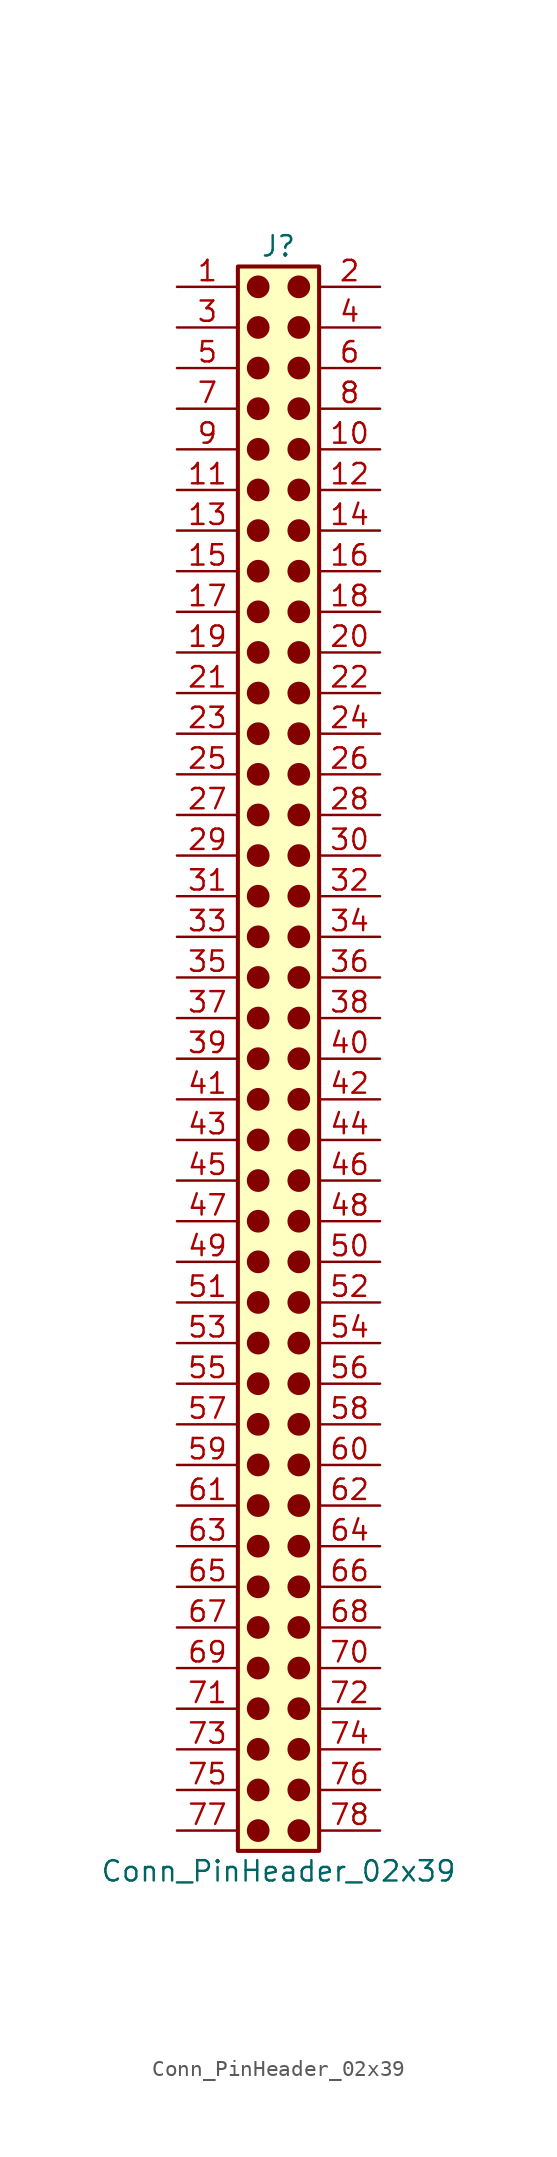
<source format=kicad_sym>
(kicad_symbol_lib
  (version 20241209)
  (generator "kicad_symbol_editor")
  (generator_version "9.0")
  (symbol "Conn_PinHeader_02x39"
    (pin_names
      (offset 1.016)
      (hide yes))
    (property "Reference" "J"
      (at 1.27 50.8 0)
      (effects (font (size 1.27 1.27))))
    (property "Value" "Conn_PinHeader_02x39"
      (at 1.27 -50.8 0)
      (effects (font (size 1.27 1.27))))
    (symbol "Conn_PinHeader_02x39_1_1"
      (rectangle (start -1.27 49.53) (end 3.81 -49.53) (stroke (width 0.254) (type default)) (fill (type background)))
      (circle (center 0 48.26) (radius 0.635) (stroke (width 0) (type solid) (color 132 0 0 1)) (fill (type outline)))
      (circle (center 0 45.72) (radius 0.635) (stroke (width 0) (type solid) (color 132 0 0 1)) (fill (type outline)))
      (circle (center 0 43.18) (radius 0.635) (stroke (width 0) (type solid) (color 132 0 0 1)) (fill (type outline)))
      (circle (center 0 40.64) (radius 0.635) (stroke (width 0) (type solid) (color 132 0 0 1)) (fill (type outline)))
      (circle (center 0 38.1) (radius 0.635) (stroke (width 0) (type solid) (color 132 0 0 1)) (fill (type outline)))
      (circle (center 0 35.56) (radius 0.635) (stroke (width 0) (type solid) (color 132 0 0 1)) (fill (type outline)))
      (circle (center 0 33.02) (radius 0.635) (stroke (width 0) (type solid) (color 132 0 0 1)) (fill (type outline)))
      (circle (center 0 30.48) (radius 0.635) (stroke (width 0) (type solid) (color 132 0 0 1)) (fill (type outline)))
      (circle (center 0 27.94) (radius 0.635) (stroke (width 0) (type solid) (color 132 0 0 1)) (fill (type outline)))
      (circle (center 0 25.4) (radius 0.635) (stroke (width 0) (type solid) (color 132 0 0 1)) (fill (type outline)))
      (circle (center 0 22.86) (radius 0.635) (stroke (width 0) (type solid) (color 132 0 0 1)) (fill (type outline)))
      (circle (center 0 20.32) (radius 0.635) (stroke (width 0) (type solid) (color 132 0 0 1)) (fill (type outline)))
      (circle (center 0 17.78) (radius 0.635) (stroke (width 0) (type solid) (color 132 0 0 1)) (fill (type outline)))
      (circle (center 0 15.24) (radius 0.635) (stroke (width 0) (type solid) (color 132 0 0 1)) (fill (type outline)))
      (circle (center 0 12.7) (radius 0.635) (stroke (width 0) (type solid) (color 132 0 0 1)) (fill (type outline)))
      (circle (center 0 10.16) (radius 0.635) (stroke (width 0) (type solid) (color 132 0 0 1)) (fill (type outline)))
      (circle (center 0 7.62) (radius 0.635) (stroke (width 0) (type solid) (color 132 0 0 1)) (fill (type outline)))
      (circle (center 0 5.08) (radius 0.635) (stroke (width 0) (type solid) (color 132 0 0 1)) (fill (type outline)))
      (circle (center 0 2.54) (radius 0.635) (stroke (width 0) (type solid) (color 132 0 0 1)) (fill (type outline)))
      (circle (center 0 0) (radius 0.635) (stroke (width 0) (type solid) (color 132 0 0 1)) (fill (type outline)))
      (circle (center 0 -2.54) (radius 0.635) (stroke (width 0) (type solid) (color 132 0 0 1)) (fill (type outline)))
      (circle (center 0 -5.08) (radius 0.635) (stroke (width 0) (type solid) (color 132 0 0 1)) (fill (type outline)))
      (circle (center 0 -7.62) (radius 0.635) (stroke (width 0) (type solid) (color 132 0 0 1)) (fill (type outline)))
      (circle (center 0 -10.16) (radius 0.635) (stroke (width 0) (type solid) (color 132 0 0 1)) (fill (type outline)))
      (circle (center 0 -12.7) (radius 0.635) (stroke (width 0) (type solid) (color 132 0 0 1)) (fill (type outline)))
      (circle (center 0 -15.24) (radius 0.635) (stroke (width 0) (type solid) (color 132 0 0 1)) (fill (type outline)))
      (circle (center 0 -17.78) (radius 0.635) (stroke (width 0) (type solid) (color 132 0 0 1)) (fill (type outline)))
      (circle (center 0 -20.32) (radius 0.635) (stroke (width 0) (type solid) (color 132 0 0 1)) (fill (type outline)))
      (circle (center 0 -22.86) (radius 0.635) (stroke (width 0) (type solid) (color 132 0 0 1)) (fill (type outline)))
      (circle (center 0 -25.4) (radius 0.635) (stroke (width 0) (type solid) (color 132 0 0 1)) (fill (type outline)))
      (circle (center 0 -27.94) (radius 0.635) (stroke (width 0) (type solid) (color 132 0 0 1)) (fill (type outline)))
      (circle (center 0 -30.48) (radius 0.635) (stroke (width 0) (type solid) (color 132 0 0 1)) (fill (type outline)))
      (circle (center 0 -33.02) (radius 0.635) (stroke (width 0) (type solid) (color 132 0 0 1)) (fill (type outline)))
      (circle (center 0 -35.56) (radius 0.635) (stroke (width 0) (type solid) (color 132 0 0 1)) (fill (type outline)))
      (circle (center 0 -38.1) (radius 0.635) (stroke (width 0) (type solid) (color 132 0 0 1)) (fill (type outline)))
      (circle (center 0 -40.64) (radius 0.635) (stroke (width 0) (type solid) (color 132 0 0 1)) (fill (type outline)))
      (circle (center 0 -43.18) (radius 0.635) (stroke (width 0) (type solid) (color 132 0 0 1)) (fill (type outline)))
      (circle (center 0 -45.72) (radius 0.635) (stroke (width 0) (type solid) (color 132 0 0 1)) (fill (type outline)))
      (circle (center 0 -48.26) (radius 0.635) (stroke (width 0) (type solid) (color 132 0 0 1)) (fill (type outline)))
      (circle (center 2.54 48.26) (radius 0.635) (stroke (width 0) (type solid) (color 132 0 0 1)) (fill (type outline)))
      (circle (center 2.54 45.72) (radius 0.635) (stroke (width 0) (type solid) (color 132 0 0 1)) (fill (type outline)))
      (circle (center 2.54 43.18) (radius 0.635) (stroke (width 0) (type solid) (color 132 0 0 1)) (fill (type outline)))
      (circle (center 2.54 40.64) (radius 0.635) (stroke (width 0) (type solid) (color 132 0 0 1)) (fill (type outline)))
      (circle (center 2.54 38.1) (radius 0.635) (stroke (width 0) (type solid) (color 132 0 0 1)) (fill (type outline)))
      (circle (center 2.54 35.56) (radius 0.635) (stroke (width 0) (type solid) (color 132 0 0 1)) (fill (type outline)))
      (circle (center 2.54 33.02) (radius 0.635) (stroke (width 0) (type solid) (color 132 0 0 1)) (fill (type outline)))
      (circle (center 2.54 30.48) (radius 0.635) (stroke (width 0) (type solid) (color 132 0 0 1)) (fill (type outline)))
      (circle (center 2.54 27.94) (radius 0.635) (stroke (width 0) (type solid) (color 132 0 0 1)) (fill (type outline)))
      (circle (center 2.54 25.4) (radius 0.635) (stroke (width 0) (type solid) (color 132 0 0 1)) (fill (type outline)))
      (circle (center 2.54 22.86) (radius 0.635) (stroke (width 0) (type solid) (color 132 0 0 1)) (fill (type outline)))
      (circle (center 2.54 20.32) (radius 0.635) (stroke (width 0) (type solid) (color 132 0 0 1)) (fill (type outline)))
      (circle (center 2.54 17.78) (radius 0.635) (stroke (width 0) (type solid) (color 132 0 0 1)) (fill (type outline)))
      (circle (center 2.54 15.24) (radius 0.635) (stroke (width 0) (type solid) (color 132 0 0 1)) (fill (type outline)))
      (circle (center 2.54 12.7) (radius 0.635) (stroke (width 0) (type solid) (color 132 0 0 1)) (fill (type outline)))
      (circle (center 2.54 10.16) (radius 0.635) (stroke (width 0) (type solid) (color 132 0 0 1)) (fill (type outline)))
      (circle (center 2.54 7.62) (radius 0.635) (stroke (width 0) (type solid) (color 132 0 0 1)) (fill (type outline)))
      (circle (center 2.54 5.08) (radius 0.635) (stroke (width 0) (type solid) (color 132 0 0 1)) (fill (type outline)))
      (circle (center 2.54 2.54) (radius 0.635) (stroke (width 0) (type solid) (color 132 0 0 1)) (fill (type outline)))
      (circle (center 2.54 0) (radius 0.635) (stroke (width 0) (type solid) (color 132 0 0 1)) (fill (type outline)))
      (circle (center 2.54 -2.54) (radius 0.635) (stroke (width 0) (type solid) (color 132 0 0 1)) (fill (type outline)))
      (circle (center 2.54 -5.08) (radius 0.635) (stroke (width 0) (type solid) (color 132 0 0 1)) (fill (type outline)))
      (circle (center 2.54 -7.62) (radius 0.635) (stroke (width 0) (type solid) (color 132 0 0 1)) (fill (type outline)))
      (circle (center 2.54 -10.16) (radius 0.635) (stroke (width 0) (type solid) (color 132 0 0 1)) (fill (type outline)))
      (circle (center 2.54 -12.7) (radius 0.635) (stroke (width 0) (type solid) (color 132 0 0 1)) (fill (type outline)))
      (circle (center 2.54 -15.24) (radius 0.635) (stroke (width 0) (type solid) (color 132 0 0 1)) (fill (type outline)))
      (circle (center 2.54 -17.78) (radius 0.635) (stroke (width 0) (type solid) (color 132 0 0 1)) (fill (type outline)))
      (circle (center 2.54 -20.32) (radius 0.635) (stroke (width 0) (type solid) (color 132 0 0 1)) (fill (type outline)))
      (circle (center 2.54 -22.86) (radius 0.635) (stroke (width 0) (type solid) (color 132 0 0 1)) (fill (type outline)))
      (circle (center 2.54 -25.4) (radius 0.635) (stroke (width 0) (type solid) (color 132 0 0 1)) (fill (type outline)))
      (circle (center 2.54 -27.94) (radius 0.635) (stroke (width 0) (type solid) (color 132 0 0 1)) (fill (type outline)))
      (circle (center 2.54 -30.48) (radius 0.635) (stroke (width 0) (type solid) (color 132 0 0 1)) (fill (type outline)))
      (circle (center 2.54 -33.02) (radius 0.635) (stroke (width 0) (type solid) (color 132 0 0 1)) (fill (type outline)))
      (circle (center 2.54 -35.56) (radius 0.635) (stroke (width 0) (type solid) (color 132 0 0 1)) (fill (type outline)))
      (circle (center 2.54 -38.1) (radius 0.635) (stroke (width 0) (type solid) (color 132 0 0 1)) (fill (type outline)))
      (circle (center 2.54 -40.64) (radius 0.635) (stroke (width 0) (type solid) (color 132 0 0 1)) (fill (type outline)))
      (circle (center 2.54 -43.18) (radius 0.635) (stroke (width 0) (type solid) (color 132 0 0 1)) (fill (type outline)))
      (circle (center 2.54 -45.72) (radius 0.635) (stroke (width 0) (type solid) (color 132 0 0 1)) (fill (type outline)))
      (circle (center 2.54 -48.26) (radius 0.635) (stroke (width 0) (type solid) (color 132 0 0 1)) (fill (type outline)))
      (pin passive line (at -5.08 48.26 0) (length 3.81) (name "Pin_1" (effects (font (size 1.27 1.27)))) (number "1" (effects (font (size 1.27 1.27)))))
      (pin passive line (at -5.08 45.72 0) (length 3.81) (name "Pin_3" (effects (font (size 1.27 1.27)))) (number "3" (effects (font (size 1.27 1.27)))))
      (pin passive line (at -5.08 43.18 0) (length 3.81) (name "Pin_5" (effects (font (size 1.27 1.27)))) (number "5" (effects (font (size 1.27 1.27)))))
      (pin passive line (at -5.08 40.64 0) (length 3.81) (name "Pin_7" (effects (font (size 1.27 1.27)))) (number "7" (effects (font (size 1.27 1.27)))))
      (pin passive line (at -5.08 38.1 0) (length 3.81) (name "Pin_9" (effects (font (size 1.27 1.27)))) (number "9" (effects (font (size 1.27 1.27)))))
      (pin passive line (at -5.08 35.56 0) (length 3.81) (name "Pin_11" (effects (font (size 1.27 1.27)))) (number "11" (effects (font (size 1.27 1.27)))))
      (pin passive line (at -5.08 33.02 0) (length 3.81) (name "Pin_13" (effects (font (size 1.27 1.27)))) (number "13" (effects (font (size 1.27 1.27)))))
      (pin passive line (at -5.08 30.48 0) (length 3.81) (name "Pin_15" (effects (font (size 1.27 1.27)))) (number "15" (effects (font (size 1.27 1.27)))))
      (pin passive line (at -5.08 27.94 0) (length 3.81) (name "Pin_17" (effects (font (size 1.27 1.27)))) (number "17" (effects (font (size 1.27 1.27)))))
      (pin passive line (at -5.08 25.4 0) (length 3.81) (name "Pin_19" (effects (font (size 1.27 1.27)))) (number "19" (effects (font (size 1.27 1.27)))))
      (pin passive line (at -5.08 22.86 0) (length 3.81) (name "Pin_21" (effects (font (size 1.27 1.27)))) (number "21" (effects (font (size 1.27 1.27)))))
      (pin passive line (at -5.08 20.32 0) (length 3.81) (name "Pin_23" (effects (font (size 1.27 1.27)))) (number "23" (effects (font (size 1.27 1.27)))))
      (pin passive line (at -5.08 17.78 0) (length 3.81) (name "Pin_25" (effects (font (size 1.27 1.27)))) (number "25" (effects (font (size 1.27 1.27)))))
      (pin passive line (at -5.08 15.24 0) (length 3.81) (name "Pin_27" (effects (font (size 1.27 1.27)))) (number "27" (effects (font (size 1.27 1.27)))))
      (pin passive line (at -5.08 12.7 0) (length 3.81) (name "Pin_29" (effects (font (size 1.27 1.27)))) (number "29" (effects (font (size 1.27 1.27)))))
      (pin passive line (at -5.08 10.16 0) (length 3.81) (name "Pin_31" (effects (font (size 1.27 1.27)))) (number "31" (effects (font (size 1.27 1.27)))))
      (pin passive line (at -5.08 7.62 0) (length 3.81) (name "Pin_33" (effects (font (size 1.27 1.27)))) (number "33" (effects (font (size 1.27 1.27)))))
      (pin passive line (at -5.08 5.08 0) (length 3.81) (name "Pin_35" (effects (font (size 1.27 1.27)))) (number "35" (effects (font (size 1.27 1.27)))))
      (pin passive line (at -5.08 2.54 0) (length 3.81) (name "Pin_37" (effects (font (size 1.27 1.27)))) (number "37" (effects (font (size 1.27 1.27)))))
      (pin passive line (at -5.08 0 0) (length 3.81) (name "Pin_39" (effects (font (size 1.27 1.27)))) (number "39" (effects (font (size 1.27 1.27)))))
      (pin passive line (at -5.08 -2.54 0) (length 3.81) (name "Pin_41" (effects (font (size 1.27 1.27)))) (number "41" (effects (font (size 1.27 1.27)))))
      (pin passive line (at -5.08 -5.08 0) (length 3.81) (name "Pin_43" (effects (font (size 1.27 1.27)))) (number "43" (effects (font (size 1.27 1.27)))))
      (pin passive line (at -5.08 -7.62 0) (length 3.81) (name "Pin_45" (effects (font (size 1.27 1.27)))) (number "45" (effects (font (size 1.27 1.27)))))
      (pin passive line (at -5.08 -10.16 0) (length 3.81) (name "Pin_47" (effects (font (size 1.27 1.27)))) (number "47" (effects (font (size 1.27 1.27)))))
      (pin passive line (at -5.08 -12.7 0) (length 3.81) (name "Pin_49" (effects (font (size 1.27 1.27)))) (number "49" (effects (font (size 1.27 1.27)))))
      (pin passive line (at -5.08 -15.24 0) (length 3.81) (name "Pin_51" (effects (font (size 1.27 1.27)))) (number "51" (effects (font (size 1.27 1.27)))))
      (pin passive line (at -5.08 -17.78 0) (length 3.81) (name "Pin_53" (effects (font (size 1.27 1.27)))) (number "53" (effects (font (size 1.27 1.27)))))
      (pin passive line (at -5.08 -20.32 0) (length 3.81) (name "Pin_55" (effects (font (size 1.27 1.27)))) (number "55" (effects (font (size 1.27 1.27)))))
      (pin passive line (at -5.08 -22.86 0) (length 3.81) (name "Pin_57" (effects (font (size 1.27 1.27)))) (number "57" (effects (font (size 1.27 1.27)))))
      (pin passive line (at -5.08 -25.4 0) (length 3.81) (name "Pin_59" (effects (font (size 1.27 1.27)))) (number "59" (effects (font (size 1.27 1.27)))))
      (pin passive line (at -5.08 -27.94 0) (length 3.81) (name "Pin_61" (effects (font (size 1.27 1.27)))) (number "61" (effects (font (size 1.27 1.27)))))
      (pin passive line (at -5.08 -30.48 0) (length 3.81) (name "Pin_63" (effects (font (size 1.27 1.27)))) (number "63" (effects (font (size 1.27 1.27)))))
      (pin passive line (at -5.08 -33.02 0) (length 3.81) (name "Pin_65" (effects (font (size 1.27 1.27)))) (number "65" (effects (font (size 1.27 1.27)))))
      (pin passive line (at -5.08 -35.56 0) (length 3.81) (name "Pin_67" (effects (font (size 1.27 1.27)))) (number "67" (effects (font (size 1.27 1.27)))))
      (pin passive line (at -5.08 -38.1 0) (length 3.81) (name "Pin_69" (effects (font (size 1.27 1.27)))) (number "69" (effects (font (size 1.27 1.27)))))
      (pin passive line (at -5.08 -40.64 0) (length 3.81) (name "Pin_71" (effects (font (size 1.27 1.27)))) (number "71" (effects (font (size 1.27 1.27)))))
      (pin passive line (at -5.08 -43.18 0) (length 3.81) (name "Pin_73" (effects (font (size 1.27 1.27)))) (number "73" (effects (font (size 1.27 1.27)))))
      (pin passive line (at -5.08 -45.72 0) (length 3.81) (name "Pin_75" (effects (font (size 1.27 1.27)))) (number "75" (effects (font (size 1.27 1.27)))))
      (pin passive line (at -5.08 -48.26 0) (length 3.81) (name "Pin_77" (effects (font (size 1.27 1.27)))) (number "77" (effects (font (size 1.27 1.27)))))
      (pin passive line (at 7.62 48.26 180) (length 3.81) (name "Pin_2" (effects (font (size 1.27 1.27)))) (number "2" (effects (font (size 1.27 1.27)))))
      (pin passive line (at 7.62 45.72 180) (length 3.81) (name "Pin_4" (effects (font (size 1.27 1.27)))) (number "4" (effects (font (size 1.27 1.27)))))
      (pin passive line (at 7.62 43.18 180) (length 3.81) (name "Pin_6" (effects (font (size 1.27 1.27)))) (number "6" (effects (font (size 1.27 1.27)))))
      (pin passive line (at 7.62 40.64 180) (length 3.81) (name "Pin_8" (effects (font (size 1.27 1.27)))) (number "8" (effects (font (size 1.27 1.27)))))
      (pin passive line (at 7.62 38.1 180) (length 3.81) (name "Pin_10" (effects (font (size 1.27 1.27)))) (number "10" (effects (font (size 1.27 1.27)))))
      (pin passive line (at 7.62 35.56 180) (length 3.81) (name "Pin_12" (effects (font (size 1.27 1.27)))) (number "12" (effects (font (size 1.27 1.27)))))
      (pin passive line (at 7.62 33.02 180) (length 3.81) (name "Pin_14" (effects (font (size 1.27 1.27)))) (number "14" (effects (font (size 1.27 1.27)))))
      (pin passive line (at 7.62 30.48 180) (length 3.81) (name "Pin_16" (effects (font (size 1.27 1.27)))) (number "16" (effects (font (size 1.27 1.27)))))
      (pin passive line (at 7.62 27.94 180) (length 3.81) (name "Pin_18" (effects (font (size 1.27 1.27)))) (number "18" (effects (font (size 1.27 1.27)))))
      (pin passive line (at 7.62 25.4 180) (length 3.81) (name "Pin_20" (effects (font (size 1.27 1.27)))) (number "20" (effects (font (size 1.27 1.27)))))
      (pin passive line (at 7.62 22.86 180) (length 3.81) (name "Pin_22" (effects (font (size 1.27 1.27)))) (number "22" (effects (font (size 1.27 1.27)))))
      (pin passive line (at 7.62 20.32 180) (length 3.81) (name "Pin_24" (effects (font (size 1.27 1.27)))) (number "24" (effects (font (size 1.27 1.27)))))
      (pin passive line (at 7.62 17.78 180) (length 3.81) (name "Pin_26" (effects (font (size 1.27 1.27)))) (number "26" (effects (font (size 1.27 1.27)))))
      (pin passive line (at 7.62 15.24 180) (length 3.81) (name "Pin_28" (effects (font (size 1.27 1.27)))) (number "28" (effects (font (size 1.27 1.27)))))
      (pin passive line (at 7.62 12.7 180) (length 3.81) (name "Pin_30" (effects (font (size 1.27 1.27)))) (number "30" (effects (font (size 1.27 1.27)))))
      (pin passive line (at 7.62 10.16 180) (length 3.81) (name "Pin_32" (effects (font (size 1.27 1.27)))) (number "32" (effects (font (size 1.27 1.27)))))
      (pin passive line (at 7.62 7.62 180) (length 3.81) (name "Pin_34" (effects (font (size 1.27 1.27)))) (number "34" (effects (font (size 1.27 1.27)))))
      (pin passive line (at 7.62 5.08 180) (length 3.81) (name "Pin_36" (effects (font (size 1.27 1.27)))) (number "36" (effects (font (size 1.27 1.27)))))
      (pin passive line (at 7.62 2.54 180) (length 3.81) (name "Pin_38" (effects (font (size 1.27 1.27)))) (number "38" (effects (font (size 1.27 1.27)))))
      (pin passive line (at 7.62 0 180) (length 3.81) (name "Pin_40" (effects (font (size 1.27 1.27)))) (number "40" (effects (font (size 1.27 1.27)))))
      (pin passive line (at 7.62 -2.54 180) (length 3.81) (name "Pin_42" (effects (font (size 1.27 1.27)))) (number "42" (effects (font (size 1.27 1.27)))))
      (pin passive line (at 7.62 -5.08 180) (length 3.81) (name "Pin_44" (effects (font (size 1.27 1.27)))) (number "44" (effects (font (size 1.27 1.27)))))
      (pin passive line (at 7.62 -7.62 180) (length 3.81) (name "Pin_46" (effects (font (size 1.27 1.27)))) (number "46" (effects (font (size 1.27 1.27)))))
      (pin passive line (at 7.62 -10.16 180) (length 3.81) (name "Pin_48" (effects (font (size 1.27 1.27)))) (number "48" (effects (font (size 1.27 1.27)))))
      (pin passive line (at 7.62 -12.7 180) (length 3.81) (name "Pin_50" (effects (font (size 1.27 1.27)))) (number "50" (effects (font (size 1.27 1.27)))))
      (pin passive line (at 7.62 -15.24 180) (length 3.81) (name "Pin_52" (effects (font (size 1.27 1.27)))) (number "52" (effects (font (size 1.27 1.27)))))
      (pin passive line (at 7.62 -17.78 180) (length 3.81) (name "Pin_54" (effects (font (size 1.27 1.27)))) (number "54" (effects (font (size 1.27 1.27)))))
      (pin passive line (at 7.62 -20.32 180) (length 3.81) (name "Pin_56" (effects (font (size 1.27 1.27)))) (number "56" (effects (font (size 1.27 1.27)))))
      (pin passive line (at 7.62 -22.86 180) (length 3.81) (name "Pin_58" (effects (font (size 1.27 1.27)))) (number "58" (effects (font (size 1.27 1.27)))))
      (pin passive line (at 7.62 -25.4 180) (length 3.81) (name "Pin_60" (effects (font (size 1.27 1.27)))) (number "60" (effects (font (size 1.27 1.27)))))
      (pin passive line (at 7.62 -27.94 180) (length 3.81) (name "Pin_62" (effects (font (size 1.27 1.27)))) (number "62" (effects (font (size 1.27 1.27)))))
      (pin passive line (at 7.62 -30.48 180) (length 3.81) (name "Pin_64" (effects (font (size 1.27 1.27)))) (number "64" (effects (font (size 1.27 1.27)))))
      (pin passive line (at 7.62 -33.02 180) (length 3.81) (name "Pin_66" (effects (font (size 1.27 1.27)))) (number "66" (effects (font (size 1.27 1.27)))))
      (pin passive line (at 7.62 -35.56 180) (length 3.81) (name "Pin_68" (effects (font (size 1.27 1.27)))) (number "68" (effects (font (size 1.27 1.27)))))
      (pin passive line (at 7.62 -38.1 180) (length 3.81) (name "Pin_70" (effects (font (size 1.27 1.27)))) (number "70" (effects (font (size 1.27 1.27)))))
      (pin passive line (at 7.62 -40.64 180) (length 3.81) (name "Pin_72" (effects (font (size 1.27 1.27)))) (number "72" (effects (font (size 1.27 1.27)))))
      (pin passive line (at 7.62 -43.18 180) (length 3.81) (name "Pin_74" (effects (font (size 1.27 1.27)))) (number "74" (effects (font (size 1.27 1.27)))))
      (pin passive line (at 7.62 -45.72 180) (length 3.81) (name "Pin_76" (effects (font (size 1.27 1.27)))) (number "76" (effects (font (size 1.27 1.27)))))
      (pin passive line (at 7.62 -48.26 180) (length 3.81) (name "Pin_78" (effects (font (size 1.27 1.27)))) (number "78" (effects (font (size 1.27 1.27))))))))
</source>
